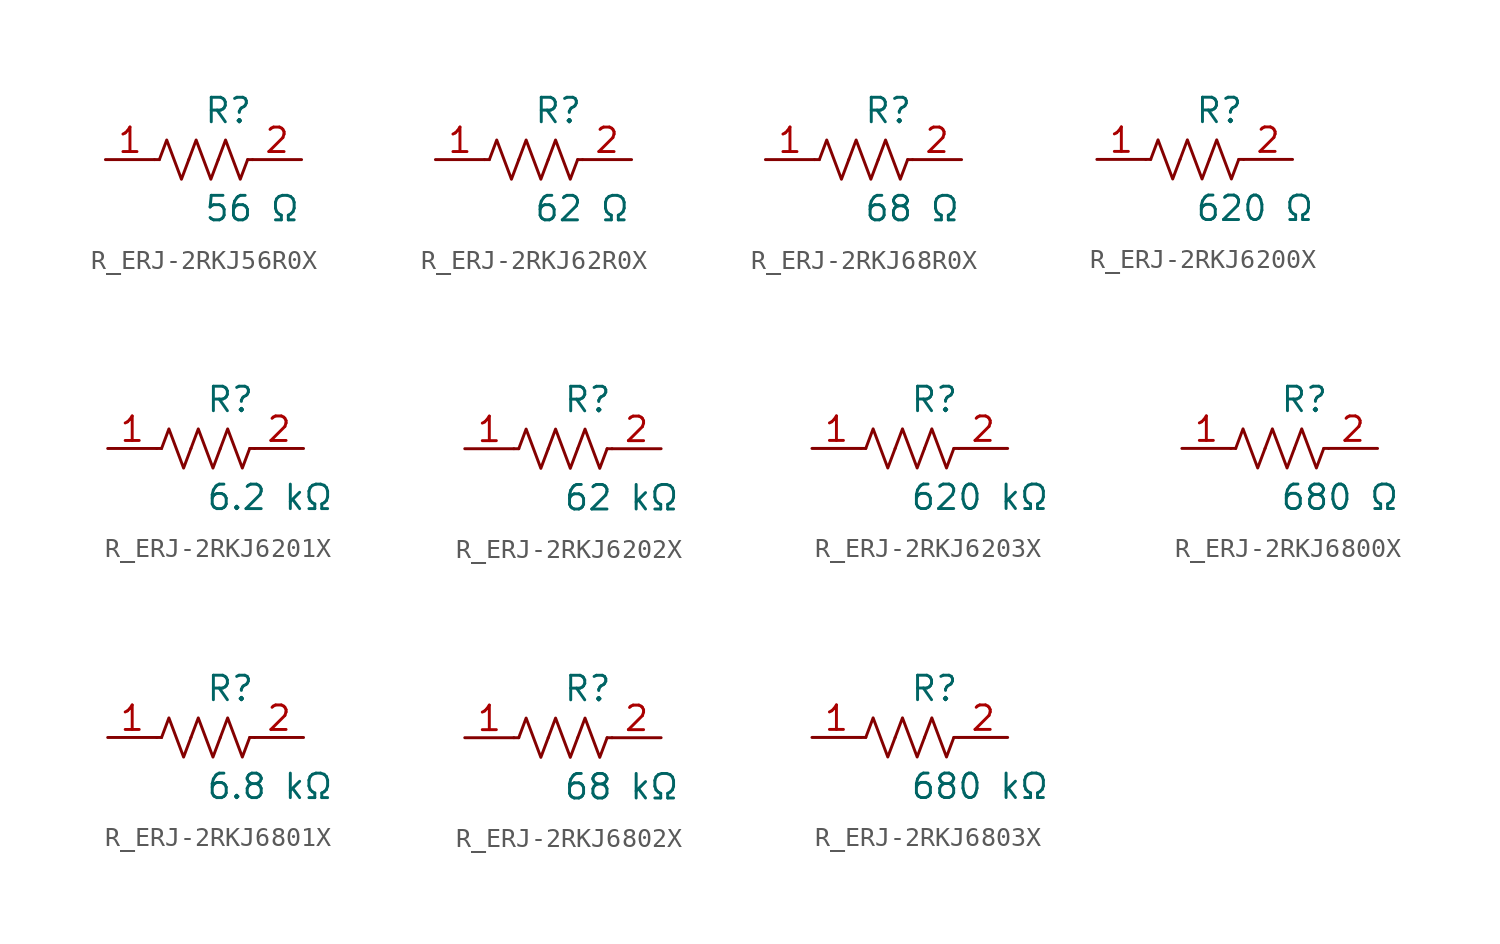
<source format=kicad_sym>
(kicad_symbol_lib
  (version 20231120)
  (generator kicad_symbol_editor)
  (generator_version 8.0)
  (symbol "R_ERJ-2RKJ56R0X"
    (pin_names
      (offset 0.254))
    (property "Reference" "R"
      (at 0 2.54 0)
      (effects (font (size 1.27 1.27)) (justify left)))
    (property "Value" "56 Ω"
      (at 0 -2.54 0)
      (effects (font (size 1.27 1.27)) (justify left)))
    (symbol "R_ERJ-2RKJ56R0X_0_1"
      (polyline (pts (xy 2.286 0) (xy 2.54 0)) (stroke (width 0) (type default)) (fill (type none)))
      (polyline (pts (xy -2.286 0) (xy -2.54 0)) (stroke (width 0) (type default)) (fill (type none)))
      (polyline (pts (xy 0.762 0) (xy 1.143 1.016) (xy 1.524 0) (xy 1.905 -1.016) (xy 2.286 0)) (stroke (width 0) (type default)) (fill (type none)))
      (polyline (pts (xy -0.762 0) (xy -0.381 1.016) (xy 0 0) (xy 0.381 -1.016) (xy 0.762 0)) (stroke (width 0) (type default)) (fill (type none)))
      (polyline (pts (xy -2.286 0) (xy -1.905 1.016) (xy -1.524 0) (xy -1.143 -1.016) (xy -0.762 0)) (stroke (width 0) (type default)) (fill (type none))))
    (pin unspecified line
      (at -5.08 0 0)
      (length 2.54)
      (name "" (effects (font (size 1.27 1.27))))
      (number "1" (effects (font (size 1.27 1.27)))))
    (pin unspecified line
      (at 5.08 0 180)
      (length 2.54)
      (name "" (effects (font (size 1.27 1.27))))
      (number "2" (effects (font (size 1.27 1.27))))))
  (symbol "R_ERJ-2RKJ62R0X"
    (pin_names
      (offset 0.254))
    (property "Reference" "R"
      (at 0 2.54 0)
      (effects (font (size 1.27 1.27)) (justify left)))
    (property "Value" "62 Ω"
      (at 0 -2.54 0)
      (effects (font (size 1.27 1.27)) (justify left)))
    (symbol "R_ERJ-2RKJ62R0X_0_1"
      (polyline (pts (xy 2.286 0) (xy 2.54 0)) (stroke (width 0) (type default)) (fill (type none)))
      (polyline (pts (xy -2.286 0) (xy -2.54 0)) (stroke (width 0) (type default)) (fill (type none)))
      (polyline (pts (xy 0.762 0) (xy 1.143 1.016) (xy 1.524 0) (xy 1.905 -1.016) (xy 2.286 0)) (stroke (width 0) (type default)) (fill (type none)))
      (polyline (pts (xy -0.762 0) (xy -0.381 1.016) (xy 0 0) (xy 0.381 -1.016) (xy 0.762 0)) (stroke (width 0) (type default)) (fill (type none)))
      (polyline (pts (xy -2.286 0) (xy -1.905 1.016) (xy -1.524 0) (xy -1.143 -1.016) (xy -0.762 0)) (stroke (width 0) (type default)) (fill (type none))))
    (pin unspecified line
      (at -5.08 0 0)
      (length 2.54)
      (name "" (effects (font (size 1.27 1.27))))
      (number "1" (effects (font (size 1.27 1.27)))))
    (pin unspecified line
      (at 5.08 0 180)
      (length 2.54)
      (name "" (effects (font (size 1.27 1.27))))
      (number "2" (effects (font (size 1.27 1.27))))))
  (symbol "R_ERJ-2RKJ68R0X"
    (pin_names
      (offset 0.254))
    (property "Reference" "R"
      (at 0 2.54 0)
      (effects (font (size 1.27 1.27)) (justify left)))
    (property "Value" "68 Ω"
      (at 0 -2.54 0)
      (effects (font (size 1.27 1.27)) (justify left)))
    (symbol "R_ERJ-2RKJ68R0X_0_1"
      (polyline (pts (xy 2.286 0) (xy 2.54 0)) (stroke (width 0) (type default)) (fill (type none)))
      (polyline (pts (xy -2.286 0) (xy -2.54 0)) (stroke (width 0) (type default)) (fill (type none)))
      (polyline (pts (xy 0.762 0) (xy 1.143 1.016) (xy 1.524 0) (xy 1.905 -1.016) (xy 2.286 0)) (stroke (width 0) (type default)) (fill (type none)))
      (polyline (pts (xy -0.762 0) (xy -0.381 1.016) (xy 0 0) (xy 0.381 -1.016) (xy 0.762 0)) (stroke (width 0) (type default)) (fill (type none)))
      (polyline (pts (xy -2.286 0) (xy -1.905 1.016) (xy -1.524 0) (xy -1.143 -1.016) (xy -0.762 0)) (stroke (width 0) (type default)) (fill (type none))))
    (pin unspecified line
      (at -5.08 0 0)
      (length 2.54)
      (name "" (effects (font (size 1.27 1.27))))
      (number "1" (effects (font (size 1.27 1.27)))))
    (pin unspecified line
      (at 5.08 0 180)
      (length 2.54)
      (name "" (effects (font (size 1.27 1.27))))
      (number "2" (effects (font (size 1.27 1.27))))))
  (symbol "R_ERJ-2RKJ6200X"
    (pin_names
      (offset 0.254))
    (property "Reference" "R"
      (at 0 2.54 0)
      (effects (font (size 1.27 1.27)) (justify left)))
    (property "Value" "620 Ω"
      (at 0 -2.54 0)
      (effects (font (size 1.27 1.27)) (justify left)))
    (symbol "R_ERJ-2RKJ6200X_0_1"
      (polyline (pts (xy 2.286 0) (xy 2.54 0)) (stroke (width 0) (type default)) (fill (type none)))
      (polyline (pts (xy -2.286 0) (xy -2.54 0)) (stroke (width 0) (type default)) (fill (type none)))
      (polyline (pts (xy 0.762 0) (xy 1.143 1.016) (xy 1.524 0) (xy 1.905 -1.016) (xy 2.286 0)) (stroke (width 0) (type default)) (fill (type none)))
      (polyline (pts (xy -0.762 0) (xy -0.381 1.016) (xy 0 0) (xy 0.381 -1.016) (xy 0.762 0)) (stroke (width 0) (type default)) (fill (type none)))
      (polyline (pts (xy -2.286 0) (xy -1.905 1.016) (xy -1.524 0) (xy -1.143 -1.016) (xy -0.762 0)) (stroke (width 0) (type default)) (fill (type none))))
    (pin unspecified line
      (at -5.08 0 0)
      (length 2.54)
      (name "" (effects (font (size 1.27 1.27))))
      (number "1" (effects (font (size 1.27 1.27)))))
    (pin unspecified line
      (at 5.08 0 180)
      (length 2.54)
      (name "" (effects (font (size 1.27 1.27))))
      (number "2" (effects (font (size 1.27 1.27))))))
  (symbol "R_ERJ-2RKJ6201X"
    (pin_names
      (offset 0.254))
    (property "Reference" "R"
      (at 0 2.54 0)
      (effects (font (size 1.27 1.27)) (justify left)))
    (property "Value" "6.2 kΩ"
      (at 0 -2.54 0)
      (effects (font (size 1.27 1.27)) (justify left)))
    (symbol "R_ERJ-2RKJ6201X_0_1"
      (polyline (pts (xy 2.286 0) (xy 2.54 0)) (stroke (width 0) (type default)) (fill (type none)))
      (polyline (pts (xy -2.286 0) (xy -2.54 0)) (stroke (width 0) (type default)) (fill (type none)))
      (polyline (pts (xy 0.762 0) (xy 1.143 1.016) (xy 1.524 0) (xy 1.905 -1.016) (xy 2.286 0)) (stroke (width 0) (type default)) (fill (type none)))
      (polyline (pts (xy -0.762 0) (xy -0.381 1.016) (xy 0 0) (xy 0.381 -1.016) (xy 0.762 0)) (stroke (width 0) (type default)) (fill (type none)))
      (polyline (pts (xy -2.286 0) (xy -1.905 1.016) (xy -1.524 0) (xy -1.143 -1.016) (xy -0.762 0)) (stroke (width 0) (type default)) (fill (type none))))
    (pin unspecified line
      (at -5.08 0 0)
      (length 2.54)
      (name "" (effects (font (size 1.27 1.27))))
      (number "1" (effects (font (size 1.27 1.27)))))
    (pin unspecified line
      (at 5.08 0 180)
      (length 2.54)
      (name "" (effects (font (size 1.27 1.27))))
      (number "2" (effects (font (size 1.27 1.27))))))
  (symbol "R_ERJ-2RKJ6202X"
    (pin_names
      (offset 0.254))
    (property "Reference" "R"
      (at 0 2.54 0)
      (effects (font (size 1.27 1.27)) (justify left)))
    (property "Value" "62 kΩ"
      (at 0 -2.54 0)
      (effects (font (size 1.27 1.27)) (justify left)))
    (symbol "R_ERJ-2RKJ6202X_0_1"
      (polyline (pts (xy 2.286 0) (xy 2.54 0)) (stroke (width 0) (type default)) (fill (type none)))
      (polyline (pts (xy -2.286 0) (xy -2.54 0)) (stroke (width 0) (type default)) (fill (type none)))
      (polyline (pts (xy 0.762 0) (xy 1.143 1.016) (xy 1.524 0) (xy 1.905 -1.016) (xy 2.286 0)) (stroke (width 0) (type default)) (fill (type none)))
      (polyline (pts (xy -0.762 0) (xy -0.381 1.016) (xy 0 0) (xy 0.381 -1.016) (xy 0.762 0)) (stroke (width 0) (type default)) (fill (type none)))
      (polyline (pts (xy -2.286 0) (xy -1.905 1.016) (xy -1.524 0) (xy -1.143 -1.016) (xy -0.762 0)) (stroke (width 0) (type default)) (fill (type none))))
    (pin unspecified line
      (at -5.08 0 0)
      (length 2.54)
      (name "" (effects (font (size 1.27 1.27))))
      (number "1" (effects (font (size 1.27 1.27)))))
    (pin unspecified line
      (at 5.08 0 180)
      (length 2.54)
      (name "" (effects (font (size 1.27 1.27))))
      (number "2" (effects (font (size 1.27 1.27))))))
  (symbol "R_ERJ-2RKJ6203X"
    (pin_names
      (offset 0.254))
    (property "Reference" "R"
      (at 0 2.54 0)
      (effects (font (size 1.27 1.27)) (justify left)))
    (property "Value" "620 kΩ"
      (at 0 -2.54 0)
      (effects (font (size 1.27 1.27)) (justify left)))
    (symbol "R_ERJ-2RKJ6203X_0_1"
      (polyline (pts (xy 2.286 0) (xy 2.54 0)) (stroke (width 0) (type default)) (fill (type none)))
      (polyline (pts (xy -2.286 0) (xy -2.54 0)) (stroke (width 0) (type default)) (fill (type none)))
      (polyline (pts (xy 0.762 0) (xy 1.143 1.016) (xy 1.524 0) (xy 1.905 -1.016) (xy 2.286 0)) (stroke (width 0) (type default)) (fill (type none)))
      (polyline (pts (xy -0.762 0) (xy -0.381 1.016) (xy 0 0) (xy 0.381 -1.016) (xy 0.762 0)) (stroke (width 0) (type default)) (fill (type none)))
      (polyline (pts (xy -2.286 0) (xy -1.905 1.016) (xy -1.524 0) (xy -1.143 -1.016) (xy -0.762 0)) (stroke (width 0) (type default)) (fill (type none))))
    (pin unspecified line
      (at -5.08 0 0)
      (length 2.54)
      (name "" (effects (font (size 1.27 1.27))))
      (number "1" (effects (font (size 1.27 1.27)))))
    (pin unspecified line
      (at 5.08 0 180)
      (length 2.54)
      (name "" (effects (font (size 1.27 1.27))))
      (number "2" (effects (font (size 1.27 1.27))))))
  (symbol "R_ERJ-2RKJ6800X"
    (pin_names
      (offset 0.254))
    (property "Reference" "R"
      (at 0 2.54 0)
      (effects (font (size 1.27 1.27)) (justify left)))
    (property "Value" "680 Ω"
      (at 0 -2.54 0)
      (effects (font (size 1.27 1.27)) (justify left)))
    (symbol "R_ERJ-2RKJ6800X_0_1"
      (polyline (pts (xy 2.286 0) (xy 2.54 0)) (stroke (width 0) (type default)) (fill (type none)))
      (polyline (pts (xy -2.286 0) (xy -2.54 0)) (stroke (width 0) (type default)) (fill (type none)))
      (polyline (pts (xy 0.762 0) (xy 1.143 1.016) (xy 1.524 0) (xy 1.905 -1.016) (xy 2.286 0)) (stroke (width 0) (type default)) (fill (type none)))
      (polyline (pts (xy -0.762 0) (xy -0.381 1.016) (xy 0 0) (xy 0.381 -1.016) (xy 0.762 0)) (stroke (width 0) (type default)) (fill (type none)))
      (polyline (pts (xy -2.286 0) (xy -1.905 1.016) (xy -1.524 0) (xy -1.143 -1.016) (xy -0.762 0)) (stroke (width 0) (type default)) (fill (type none))))
    (pin unspecified line
      (at -5.08 0 0)
      (length 2.54)
      (name "" (effects (font (size 1.27 1.27))))
      (number "1" (effects (font (size 1.27 1.27)))))
    (pin unspecified line
      (at 5.08 0 180)
      (length 2.54)
      (name "" (effects (font (size 1.27 1.27))))
      (number "2" (effects (font (size 1.27 1.27))))))
  (symbol "R_ERJ-2RKJ6801X"
    (pin_names
      (offset 0.254))
    (property "Reference" "R"
      (at 0 2.54 0)
      (effects (font (size 1.27 1.27)) (justify left)))
    (property "Value" "6.8 kΩ"
      (at 0 -2.54 0)
      (effects (font (size 1.27 1.27)) (justify left)))
    (symbol "R_ERJ-2RKJ6801X_0_1"
      (polyline (pts (xy 2.286 0) (xy 2.54 0)) (stroke (width 0) (type default)) (fill (type none)))
      (polyline (pts (xy -2.286 0) (xy -2.54 0)) (stroke (width 0) (type default)) (fill (type none)))
      (polyline (pts (xy 0.762 0) (xy 1.143 1.016) (xy 1.524 0) (xy 1.905 -1.016) (xy 2.286 0)) (stroke (width 0) (type default)) (fill (type none)))
      (polyline (pts (xy -0.762 0) (xy -0.381 1.016) (xy 0 0) (xy 0.381 -1.016) (xy 0.762 0)) (stroke (width 0) (type default)) (fill (type none)))
      (polyline (pts (xy -2.286 0) (xy -1.905 1.016) (xy -1.524 0) (xy -1.143 -1.016) (xy -0.762 0)) (stroke (width 0) (type default)) (fill (type none))))
    (pin unspecified line
      (at -5.08 0 0)
      (length 2.54)
      (name "" (effects (font (size 1.27 1.27))))
      (number "1" (effects (font (size 1.27 1.27)))))
    (pin unspecified line
      (at 5.08 0 180)
      (length 2.54)
      (name "" (effects (font (size 1.27 1.27))))
      (number "2" (effects (font (size 1.27 1.27))))))
  (symbol "R_ERJ-2RKJ6802X"
    (pin_names
      (offset 0.254))
    (property "Reference" "R"
      (at 0 2.54 0)
      (effects (font (size 1.27 1.27)) (justify left)))
    (property "Value" "68 kΩ"
      (at 0 -2.54 0)
      (effects (font (size 1.27 1.27)) (justify left)))
    (symbol "R_ERJ-2RKJ6802X_0_1"
      (polyline (pts (xy 2.286 0) (xy 2.54 0)) (stroke (width 0) (type default)) (fill (type none)))
      (polyline (pts (xy -2.286 0) (xy -2.54 0)) (stroke (width 0) (type default)) (fill (type none)))
      (polyline (pts (xy 0.762 0) (xy 1.143 1.016) (xy 1.524 0) (xy 1.905 -1.016) (xy 2.286 0)) (stroke (width 0) (type default)) (fill (type none)))
      (polyline (pts (xy -0.762 0) (xy -0.381 1.016) (xy 0 0) (xy 0.381 -1.016) (xy 0.762 0)) (stroke (width 0) (type default)) (fill (type none)))
      (polyline (pts (xy -2.286 0) (xy -1.905 1.016) (xy -1.524 0) (xy -1.143 -1.016) (xy -0.762 0)) (stroke (width 0) (type default)) (fill (type none))))
    (pin unspecified line
      (at -5.08 0 0)
      (length 2.54)
      (name "" (effects (font (size 1.27 1.27))))
      (number "1" (effects (font (size 1.27 1.27)))))
    (pin unspecified line
      (at 5.08 0 180)
      (length 2.54)
      (name "" (effects (font (size 1.27 1.27))))
      (number "2" (effects (font (size 1.27 1.27))))))
  (symbol "R_ERJ-2RKJ6803X"
    (pin_names
      (offset 0.254))
    (property "Reference" "R"
      (at 0 2.54 0)
      (effects (font (size 1.27 1.27)) (justify left)))
    (property "Value" "680 kΩ"
      (at 0 -2.54 0)
      (effects (font (size 1.27 1.27)) (justify left)))
    (symbol "R_ERJ-2RKJ6803X_0_1"
      (polyline (pts (xy 2.286 0) (xy 2.54 0)) (stroke (width 0) (type default)) (fill (type none)))
      (polyline (pts (xy -2.286 0) (xy -2.54 0)) (stroke (width 0) (type default)) (fill (type none)))
      (polyline (pts (xy 0.762 0) (xy 1.143 1.016) (xy 1.524 0) (xy 1.905 -1.016) (xy 2.286 0)) (stroke (width 0) (type default)) (fill (type none)))
      (polyline (pts (xy -0.762 0) (xy -0.381 1.016) (xy 0 0) (xy 0.381 -1.016) (xy 0.762 0)) (stroke (width 0) (type default)) (fill (type none)))
      (polyline (pts (xy -2.286 0) (xy -1.905 1.016) (xy -1.524 0) (xy -1.143 -1.016) (xy -0.762 0)) (stroke (width 0) (type default)) (fill (type none))))
    (pin unspecified line
      (at -5.08 0 0)
      (length 2.54)
      (name "" (effects (font (size 1.27 1.27))))
      (number "1" (effects (font (size 1.27 1.27)))))
    (pin unspecified line
      (at 5.08 0 180)
      (length 2.54)
      (name "" (effects (font (size 1.27 1.27))))
      (number "2" (effects (font (size 1.27 1.27)))))))
</source>
